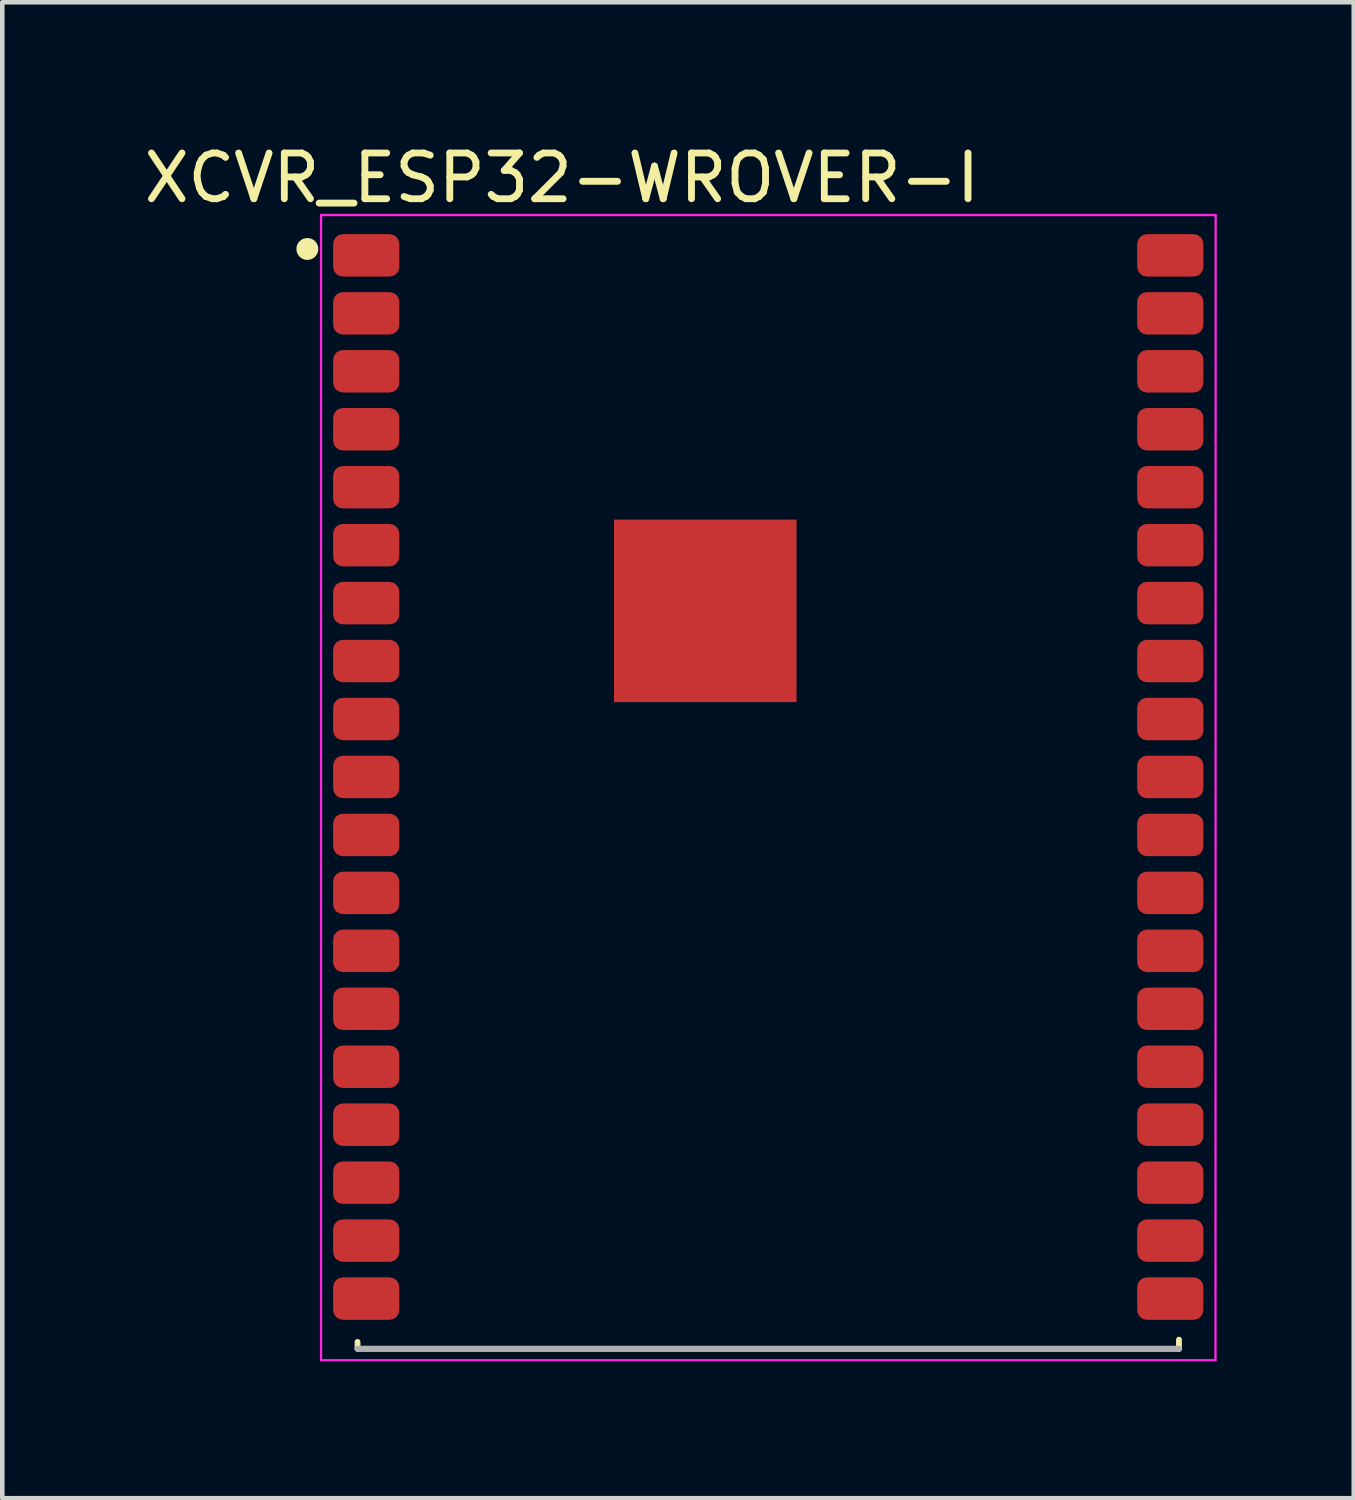
<source format=kicad_pcb>
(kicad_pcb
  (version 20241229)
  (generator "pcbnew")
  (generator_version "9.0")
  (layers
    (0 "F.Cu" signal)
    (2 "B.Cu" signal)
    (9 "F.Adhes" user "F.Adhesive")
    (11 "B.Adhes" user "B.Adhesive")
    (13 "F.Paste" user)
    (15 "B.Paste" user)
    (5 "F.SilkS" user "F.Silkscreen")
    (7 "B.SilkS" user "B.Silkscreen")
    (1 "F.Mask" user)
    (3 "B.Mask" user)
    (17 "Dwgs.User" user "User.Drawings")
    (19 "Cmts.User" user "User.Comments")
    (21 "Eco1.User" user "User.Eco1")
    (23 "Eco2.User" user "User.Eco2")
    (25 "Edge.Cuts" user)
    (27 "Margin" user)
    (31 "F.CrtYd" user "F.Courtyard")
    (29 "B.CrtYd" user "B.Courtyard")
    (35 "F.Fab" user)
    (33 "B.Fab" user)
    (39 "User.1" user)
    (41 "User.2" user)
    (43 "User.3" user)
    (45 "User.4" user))
  (footprint "XCVR_ESP32-WROVER-I"
    (layer "F.Cu")
    (at 13.785 10.806)
    (property "Reference" "XCVR_ESP32-WROVER-I" (at -4.521 -9.957 0) (layer "F.SilkS") (effects (font (size 1.002 1.002) (thickness 0.15))))
    (attr through_hole)
    (fp_line (start -9 15.55) (end -9 15.7) (stroke (width 0.127) (type solid)) (layer "F.SilkS"))
    (fp_line (start -9 15.7) (end 9 15.7) (stroke (width 0.127) (type solid)) (layer "F.SilkS"))
    (fp_line (start 9 15.7) (end 9 15.5) (stroke (width 0.127) (type solid)) (layer "F.SilkS"))
    (fp_circle (center -10.1 -8.4) (end -9.98 -8.4) (stroke (width 0.24) (type solid)) (fill no) (layer "F.SilkS"))
    (fp_poly (pts (xy -2.648 -1.735) (xy -0.115 -1.735) (xy -0.115 0.796) (xy -2.648 0.796)) (stroke (width 0.01) (type solid)) (fill yes) (layer "F.Paste"))
    (fp_line (start -9.8 -9.144) (end 9.8 -9.144) (stroke (width 0.05) (type solid)) (layer "F.CrtYd"))
    (fp_line (start -9.8 15.95) (end -9.8 -9.144) (stroke (width 0.05) (type solid)) (layer "F.CrtYd"))
    (fp_line (start 9.8 15.95) (end -9.8 15.95) (stroke (width 0.05) (type solid)) (layer "F.CrtYd"))
    (fp_line (start 9.804 -9.144) (end 9.8 15.95) (stroke (width 0.05) (type solid)) (layer "F.CrtYd"))
    (fp_line (start 9 15.7) (end -9 15.7) (stroke (width 0.127) (type solid)) (layer "F.Fab"))
    (pad "1" smd roundrect (at -8.81 -8.26) (size 1.45 0.93) (layers "F.Cu" "F.Mask" "F.Paste") (roundrect_rratio 0.23))
    (pad "2" smd roundrect (at -8.81 -6.99) (size 1.45 0.93) (layers "F.Cu" "F.Mask" "F.Paste") (roundrect_rratio 0.23))
    (pad "3" smd roundrect (at -8.81 -5.72) (size 1.45 0.93) (layers "F.Cu" "F.Mask" "F.Paste") (roundrect_rratio 0.23))
    (pad "4" smd roundrect (at -8.81 -4.45) (size 1.45 0.93) (layers "F.Cu" "F.Mask" "F.Paste") (roundrect_rratio 0.23))
    (pad "5" smd roundrect (at -8.81 -3.18) (size 1.45 0.93) (layers "F.Cu" "F.Mask" "F.Paste") (roundrect_rratio 0.23))
    (pad "6" smd roundrect (at -8.81 -1.91) (size 1.45 0.93) (layers "F.Cu" "F.Mask" "F.Paste") (roundrect_rratio 0.23))
    (pad "7" smd roundrect (at -8.81 -0.64) (size 1.45 0.93) (layers "F.Cu" "F.Mask" "F.Paste") (roundrect_rratio 0.23))
    (pad "8" smd roundrect (at -8.81 0.63) (size 1.45 0.93) (layers "F.Cu" "F.Mask" "F.Paste") (roundrect_rratio 0.23))
    (pad "9" smd roundrect (at -8.81 1.9) (size 1.45 0.93) (layers "F.Cu" "F.Mask" "F.Paste") (roundrect_rratio 0.23))
    (pad "10" smd roundrect (at -8.81 3.17) (size 1.45 0.93) (layers "F.Cu" "F.Mask" "F.Paste") (roundrect_rratio 0.23))
    (pad "11" smd roundrect (at -8.81 4.44) (size 1.45 0.93) (layers "F.Cu" "F.Mask" "F.Paste") (roundrect_rratio 0.23))
    (pad "12" smd roundrect (at -8.81 5.71) (size 1.45 0.93) (layers "F.Cu" "F.Mask" "F.Paste") (roundrect_rratio 0.23))
    (pad "13" smd roundrect (at -8.81 6.98) (size 1.45 0.93) (layers "F.Cu" "F.Mask" "F.Paste") (roundrect_rratio 0.23))
    (pad "14" smd roundrect (at -8.81 8.25) (size 1.45 0.93) (layers "F.Cu" "F.Mask" "F.Paste") (roundrect_rratio 0.23))
    (pad "15" smd roundrect (at -8.81 9.52) (size 1.45 0.93) (layers "F.Cu" "F.Mask" "F.Paste") (roundrect_rratio 0.23))
    (pad "16" smd roundrect (at -8.81 10.79) (size 1.45 0.93) (layers "F.Cu" "F.Mask" "F.Paste") (roundrect_rratio 0.23))
    (pad "17" smd roundrect (at -8.81 12.06) (size 1.45 0.93) (layers "F.Cu" "F.Mask" "F.Paste") (roundrect_rratio 0.23))
    (pad "18" smd roundrect (at -8.81 13.33) (size 1.45 0.93) (layers "F.Cu" "F.Mask" "F.Paste") (roundrect_rratio 0.23))
    (pad "19" smd roundrect (at -8.81 14.6) (size 1.45 0.93) (layers "F.Cu" "F.Mask" "F.Paste") (roundrect_rratio 0.23))
    (pad "20" smd roundrect (at 8.81 14.6) (size 1.45 0.93) (layers "F.Cu" "F.Mask" "F.Paste") (roundrect_rratio 0.23))
    (pad "21" smd roundrect (at 8.81 13.33) (size 1.45 0.93) (layers "F.Cu" "F.Mask" "F.Paste") (roundrect_rratio 0.23))
    (pad "22" smd roundrect (at 8.81 12.06) (size 1.45 0.93) (layers "F.Cu" "F.Mask" "F.Paste") (roundrect_rratio 0.23))
    (pad "23" smd roundrect (at 8.81 10.79) (size 1.45 0.93) (layers "F.Cu" "F.Mask" "F.Paste") (roundrect_rratio 0.23))
    (pad "24" smd roundrect (at 8.81 9.52) (size 1.45 0.93) (layers "F.Cu" "F.Mask" "F.Paste") (roundrect_rratio 0.23))
    (pad "25" smd roundrect (at 8.81 8.25) (size 1.45 0.93) (layers "F.Cu" "F.Mask" "F.Paste") (roundrect_rratio 0.23))
    (pad "26" smd roundrect (at 8.81 6.98) (size 1.45 0.93) (layers "F.Cu" "F.Mask" "F.Paste") (roundrect_rratio 0.23))
    (pad "27" smd roundrect (at 8.81 5.71) (size 1.45 0.93) (layers "F.Cu" "F.Mask" "F.Paste") (roundrect_rratio 0.23))
    (pad "28" smd roundrect (at 8.81 4.44) (size 1.45 0.93) (layers "F.Cu" "F.Mask" "F.Paste") (roundrect_rratio 0.23))
    (pad "29" smd roundrect (at 8.81 3.17) (size 1.45 0.93) (layers "F.Cu" "F.Mask" "F.Paste") (roundrect_rratio 0.23))
    (pad "30" smd roundrect (at 8.81 1.9) (size 1.45 0.93) (layers "F.Cu" "F.Mask" "F.Paste") (roundrect_rratio 0.23))
    (pad "31" smd roundrect (at 8.81 0.63) (size 1.45 0.93) (layers "F.Cu" "F.Mask" "F.Paste") (roundrect_rratio 0.23))
    (pad "32" smd roundrect (at 8.81 -0.64) (size 1.45 0.93) (layers "F.Cu" "F.Mask" "F.Paste") (roundrect_rratio 0.23))
    (pad "33" smd roundrect (at 8.81 -1.91) (size 1.45 0.93) (layers "F.Cu" "F.Mask" "F.Paste") (roundrect_rratio 0.23))
    (pad "34" smd roundrect (at 8.81 -3.18) (size 1.45 0.93) (layers "F.Cu" "F.Mask" "F.Paste") (roundrect_rratio 0.23))
    (pad "35" smd roundrect (at 8.81 -4.45) (size 1.45 0.93) (layers "F.Cu" "F.Mask" "F.Paste") (roundrect_rratio 0.23))
    (pad "36" smd roundrect (at 8.81 -5.72) (size 1.45 0.93) (layers "F.Cu" "F.Mask" "F.Paste") (roundrect_rratio 0.23))
    (pad "37" smd roundrect (at 8.81 -6.99) (size 1.45 0.93) (layers "F.Cu" "F.Mask" "F.Paste") (roundrect_rratio 0.23))
    (pad "38" smd roundrect (at 8.81 -8.26) (size 1.45 0.93) (layers "F.Cu" "F.Mask" "F.Paste") (roundrect_rratio 0.23))
    (pad "39" smd rect (at -1.38 -0.47) (size 4 4) (layers "F.Cu" "F.Mask")))
  (gr_rect
    (start -3 -3)
    (end 26.615 29.781)
    (stroke (width 0.1) (type default))
    (fill no)
    (layer "Edge.Cuts")))
</source>
